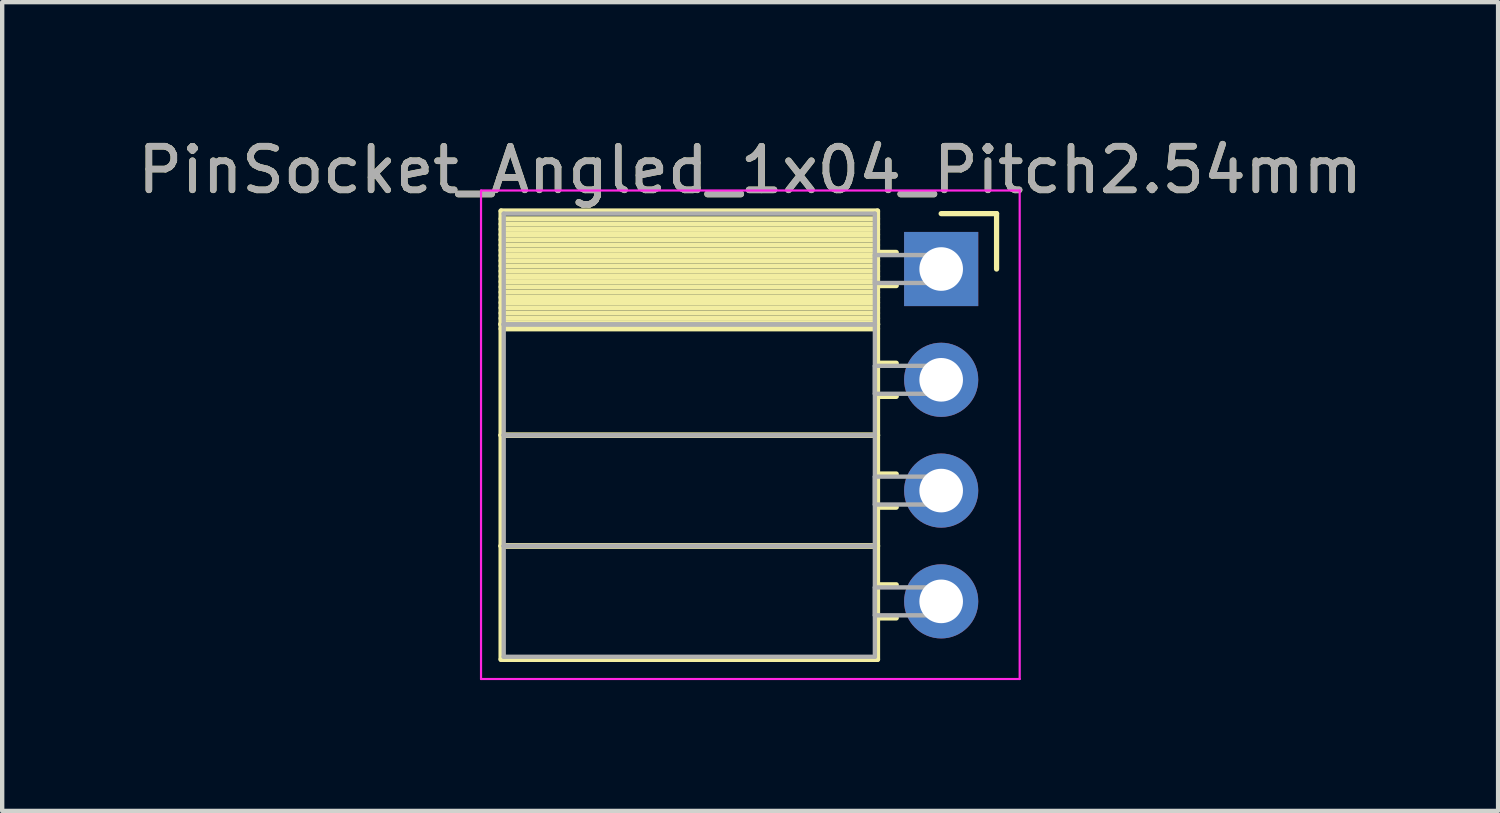
<source format=kicad_pcb>
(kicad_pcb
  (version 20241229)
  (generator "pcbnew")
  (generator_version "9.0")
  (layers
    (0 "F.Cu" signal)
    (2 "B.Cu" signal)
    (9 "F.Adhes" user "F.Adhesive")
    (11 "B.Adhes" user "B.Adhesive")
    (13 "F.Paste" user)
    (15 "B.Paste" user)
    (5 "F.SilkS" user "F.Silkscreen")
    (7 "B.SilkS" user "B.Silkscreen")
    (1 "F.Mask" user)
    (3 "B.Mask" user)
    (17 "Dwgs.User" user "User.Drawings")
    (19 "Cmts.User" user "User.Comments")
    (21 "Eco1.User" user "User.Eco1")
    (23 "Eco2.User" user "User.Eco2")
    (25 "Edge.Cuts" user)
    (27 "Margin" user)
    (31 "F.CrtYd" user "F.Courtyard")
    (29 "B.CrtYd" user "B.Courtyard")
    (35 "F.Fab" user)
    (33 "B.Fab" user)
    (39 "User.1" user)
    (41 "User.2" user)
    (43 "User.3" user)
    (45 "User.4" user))
  (footprint "PinSocket_Angled_1x04_Pitch2.54mm"
    (layer "F.Cu")
    (at 18.529 3.118)
    (property "Reference" "PinSocket_Angled_1x04_Pitch2.54mm" (at -4.38 -2.27 0) (layer "F.SilkS") (effects (font (size 1 1) (thickness 0.15))))
    (attr through_hole)
    (fp_line (start -10.09 -1.33) (end -1.46 -1.33) (stroke (width 0.12) (type solid)) (layer "F.SilkS"))
    (fp_line (start -10.09 1.27) (end -10.09 -1.33) (stroke (width 0.12) (type solid)) (layer "F.SilkS"))
    (fp_line (start -10.09 1.27) (end -1.46 1.27) (stroke (width 0.12) (type solid)) (layer "F.SilkS"))
    (fp_line (start -10.09 3.81) (end -10.09 1.27) (stroke (width 0.12) (type solid)) (layer "F.SilkS"))
    (fp_line (start -10.09 3.81) (end -1.46 3.81) (stroke (width 0.12) (type solid)) (layer "F.SilkS"))
    (fp_line (start -10.09 6.35) (end -10.09 3.81) (stroke (width 0.12) (type solid)) (layer "F.SilkS"))
    (fp_line (start -10.09 6.35) (end -1.46 6.35) (stroke (width 0.12) (type solid)) (layer "F.SilkS"))
    (fp_line (start -10.09 8.95) (end -10.09 6.35) (stroke (width 0.12) (type solid)) (layer "F.SilkS"))
    (fp_line (start -1.46 -1.33) (end -1.46 1.27) (stroke (width 0.12) (type solid)) (layer "F.SilkS"))
    (fp_line (start -1.46 -1.15) (end -10.09 -1.15) (stroke (width 0.12) (type solid)) (layer "F.SilkS"))
    (fp_line (start -1.46 -1.03) (end -10.09 -1.03) (stroke (width 0.12) (type solid)) (layer "F.SilkS"))
    (fp_line (start -1.46 -0.91) (end -10.09 -0.91) (stroke (width 0.12) (type solid)) (layer "F.SilkS"))
    (fp_line (start -1.46 -0.79) (end -10.09 -0.79) (stroke (width 0.12) (type solid)) (layer "F.SilkS"))
    (fp_line (start -1.46 -0.67) (end -10.09 -0.67) (stroke (width 0.12) (type solid)) (layer "F.SilkS"))
    (fp_line (start -1.46 -0.55) (end -10.09 -0.55) (stroke (width 0.12) (type solid)) (layer "F.SilkS"))
    (fp_line (start -1.46 -0.43) (end -10.09 -0.43) (stroke (width 0.12) (type solid)) (layer "F.SilkS"))
    (fp_line (start -1.46 -0.31) (end -10.09 -0.31) (stroke (width 0.12) (type solid)) (layer "F.SilkS"))
    (fp_line (start -1.46 -0.19) (end -10.09 -0.19) (stroke (width 0.12) (type solid)) (layer "F.SilkS"))
    (fp_line (start -1.46 -0.07) (end -10.09 -0.07) (stroke (width 0.12) (type solid)) (layer "F.SilkS"))
    (fp_line (start -1.46 0.05) (end -10.09 0.05) (stroke (width 0.12) (type solid)) (layer "F.SilkS"))
    (fp_line (start -1.46 0.17) (end -10.09 0.17) (stroke (width 0.12) (type solid)) (layer "F.SilkS"))
    (fp_line (start -1.46 0.29) (end -10.09 0.29) (stroke (width 0.12) (type solid)) (layer "F.SilkS"))
    (fp_line (start -1.46 0.41) (end -10.09 0.41) (stroke (width 0.12) (type solid)) (layer "F.SilkS"))
    (fp_line (start -1.46 0.53) (end -10.09 0.53) (stroke (width 0.12) (type solid)) (layer "F.SilkS"))
    (fp_line (start -1.46 0.65) (end -10.09 0.65) (stroke (width 0.12) (type solid)) (layer "F.SilkS"))
    (fp_line (start -1.46 0.77) (end -10.09 0.77) (stroke (width 0.12) (type solid)) (layer "F.SilkS"))
    (fp_line (start -1.46 0.89) (end -10.09 0.89) (stroke (width 0.12) (type solid)) (layer "F.SilkS"))
    (fp_line (start -1.46 1.01) (end -10.09 1.01) (stroke (width 0.12) (type solid)) (layer "F.SilkS"))
    (fp_line (start -1.46 1.13) (end -10.09 1.13) (stroke (width 0.12) (type solid)) (layer "F.SilkS"))
    (fp_line (start -1.46 1.25) (end -10.09 1.25) (stroke (width 0.12) (type solid)) (layer "F.SilkS"))
    (fp_line (start -1.46 1.27) (end -10.09 1.27) (stroke (width 0.12) (type solid)) (layer "F.SilkS"))
    (fp_line (start -1.46 1.27) (end -1.46 3.81) (stroke (width 0.12) (type solid)) (layer "F.SilkS"))
    (fp_line (start -1.46 1.37) (end -10.09 1.37) (stroke (width 0.12) (type solid)) (layer "F.SilkS"))
    (fp_line (start -1.46 3.81) (end -10.09 3.81) (stroke (width 0.12) (type solid)) (layer "F.SilkS"))
    (fp_line (start -1.46 3.81) (end -1.46 6.35) (stroke (width 0.12) (type solid)) (layer "F.SilkS"))
    (fp_line (start -1.46 6.35) (end -10.09 6.35) (stroke (width 0.12) (type solid)) (layer "F.SilkS"))
    (fp_line (start -1.46 6.35) (end -1.46 8.95) (stroke (width 0.12) (type solid)) (layer "F.SilkS"))
    (fp_line (start -1.46 8.95) (end -10.09 8.95) (stroke (width 0.12) (type solid)) (layer "F.SilkS"))
    (fp_line (start -1.03 -0.38) (end -1.46 -0.38) (stroke (width 0.12) (type solid)) (layer "F.SilkS"))
    (fp_line (start -1.03 0.38) (end -1.46 0.38) (stroke (width 0.12) (type solid)) (layer "F.SilkS"))
    (fp_line (start -1.03 2.16) (end -1.46 2.16) (stroke (width 0.12) (type solid)) (layer "F.SilkS"))
    (fp_line (start -1.03 2.92) (end -1.46 2.92) (stroke (width 0.12) (type solid)) (layer "F.SilkS"))
    (fp_line (start -1.03 4.7) (end -1.46 4.7) (stroke (width 0.12) (type solid)) (layer "F.SilkS"))
    (fp_line (start -1.03 5.46) (end -1.46 5.46) (stroke (width 0.12) (type solid)) (layer "F.SilkS"))
    (fp_line (start -1.03 7.24) (end -1.46 7.24) (stroke (width 0.12) (type solid)) (layer "F.SilkS"))
    (fp_line (start -1.03 8) (end -1.46 8) (stroke (width 0.12) (type solid)) (layer "F.SilkS"))
    (fp_line (start 0 -1.27) (end 1.27 -1.27) (stroke (width 0.12) (type solid)) (layer "F.SilkS"))
    (fp_line (start 1.27 -1.27) (end 1.27 0) (stroke (width 0.12) (type solid)) (layer "F.SilkS"))
    (fp_line (start -10.55 -1.8) (end 1.8 -1.8) (stroke (width 0.05) (type solid)) (layer "F.CrtYd"))
    (fp_line (start -10.55 9.4) (end -10.55 -1.8) (stroke (width 0.05) (type solid)) (layer "F.CrtYd"))
    (fp_line (start 1.8 -1.8) (end 1.8 9.4) (stroke (width 0.05) (type solid)) (layer "F.CrtYd"))
    (fp_line (start 1.8 9.4) (end -10.55 9.4) (stroke (width 0.05) (type solid)) (layer "F.CrtYd"))
    (fp_line (start -10.03 -1.27) (end -1.52 -1.27) (stroke (width 0.1) (type solid)) (layer "F.Fab"))
    (fp_line (start -10.03 1.27) (end -10.03 -1.27) (stroke (width 0.1) (type solid)) (layer "F.Fab"))
    (fp_line (start -10.03 1.27) (end -1.52 1.27) (stroke (width 0.1) (type solid)) (layer "F.Fab"))
    (fp_line (start -10.03 3.81) (end -10.03 1.27) (stroke (width 0.1) (type solid)) (layer "F.Fab"))
    (fp_line (start -10.03 3.81) (end -1.52 3.81) (stroke (width 0.1) (type solid)) (layer "F.Fab"))
    (fp_line (start -10.03 6.35) (end -10.03 3.81) (stroke (width 0.1) (type solid)) (layer "F.Fab"))
    (fp_line (start -10.03 6.35) (end -1.52 6.35) (stroke (width 0.1) (type solid)) (layer "F.Fab"))
    (fp_line (start -10.03 8.89) (end -10.03 6.35) (stroke (width 0.1) (type solid)) (layer "F.Fab"))
    (fp_line (start -1.52 -1.27) (end -1.52 1.27) (stroke (width 0.1) (type solid)) (layer "F.Fab"))
    (fp_line (start -1.52 -0.32) (end 0 -0.32) (stroke (width 0.1) (type solid)) (layer "F.Fab"))
    (fp_line (start -1.52 0.32) (end -1.52 -0.32) (stroke (width 0.1) (type solid)) (layer "F.Fab"))
    (fp_line (start -1.52 1.27) (end -10.03 1.27) (stroke (width 0.1) (type solid)) (layer "F.Fab"))
    (fp_line (start -1.52 1.27) (end -1.52 3.81) (stroke (width 0.1) (type solid)) (layer "F.Fab"))
    (fp_line (start -1.52 2.22) (end 0 2.22) (stroke (width 0.1) (type solid)) (layer "F.Fab"))
    (fp_line (start -1.52 2.86) (end -1.52 2.22) (stroke (width 0.1) (type solid)) (layer "F.Fab"))
    (fp_line (start -1.52 3.81) (end -10.03 3.81) (stroke (width 0.1) (type solid)) (layer "F.Fab"))
    (fp_line (start -1.52 3.81) (end -1.52 6.35) (stroke (width 0.1) (type solid)) (layer "F.Fab"))
    (fp_line (start -1.52 4.76) (end 0 4.76) (stroke (width 0.1) (type solid)) (layer "F.Fab"))
    (fp_line (start -1.52 5.4) (end -1.52 4.76) (stroke (width 0.1) (type solid)) (layer "F.Fab"))
    (fp_line (start -1.52 6.35) (end -10.03 6.35) (stroke (width 0.1) (type solid)) (layer "F.Fab"))
    (fp_line (start -1.52 6.35) (end -1.52 8.89) (stroke (width 0.1) (type solid)) (layer "F.Fab"))
    (fp_line (start -1.52 7.3) (end 0 7.3) (stroke (width 0.1) (type solid)) (layer "F.Fab"))
    (fp_line (start -1.52 7.94) (end -1.52 7.3) (stroke (width 0.1) (type solid)) (layer "F.Fab"))
    (fp_line (start -1.52 8.89) (end -10.03 8.89) (stroke (width 0.1) (type solid)) (layer "F.Fab"))
    (fp_line (start 0 -0.32) (end 0 0.32) (stroke (width 0.1) (type solid)) (layer "F.Fab"))
    (fp_line (start 0 0.32) (end -1.52 0.32) (stroke (width 0.1) (type solid)) (layer "F.Fab"))
    (fp_line (start 0 2.22) (end 0 2.86) (stroke (width 0.1) (type solid)) (layer "F.Fab"))
    (fp_line (start 0 2.86) (end -1.52 2.86) (stroke (width 0.1) (type solid)) (layer "F.Fab"))
    (fp_line (start 0 4.76) (end 0 5.4) (stroke (width 0.1) (type solid)) (layer "F.Fab"))
    (fp_line (start 0 5.4) (end -1.52 5.4) (stroke (width 0.1) (type solid)) (layer "F.Fab"))
    (fp_line (start 0 7.3) (end 0 7.94) (stroke (width 0.1) (type solid)) (layer "F.Fab"))
    (fp_line (start 0 7.94) (end -1.52 7.94) (stroke (width 0.1) (type solid)) (layer "F.Fab"))
    (fp_text user "${REFERENCE}" (at -4.38 -2.27 0) (layer "F.Fab") (effects (font (size 1 1) (thickness 0.15))))
    (pad "1" thru_hole rect (at 0 0) (size 1.7 1.7) (drill 1) (layers "*.Cu" "*.Mask"))
    (pad "2" thru_hole oval (at 0 2.54) (size 1.7 1.7) (drill 1) (layers "*.Cu" "*.Mask"))
    (pad "3" thru_hole oval (at 0 5.08) (size 1.7 1.7) (drill 1) (layers "*.Cu" "*.Mask"))
    (pad "4" thru_hole oval (at 0 7.62) (size 1.7 1.7) (drill 1) (layers "*.Cu" "*.Mask")))
  (gr_rect
    (start -3 -3)
    (end 31.298 15.543)
    (stroke (width 0.1) (type default))
    (fill no)
    (layer "Edge.Cuts")))
</source>
